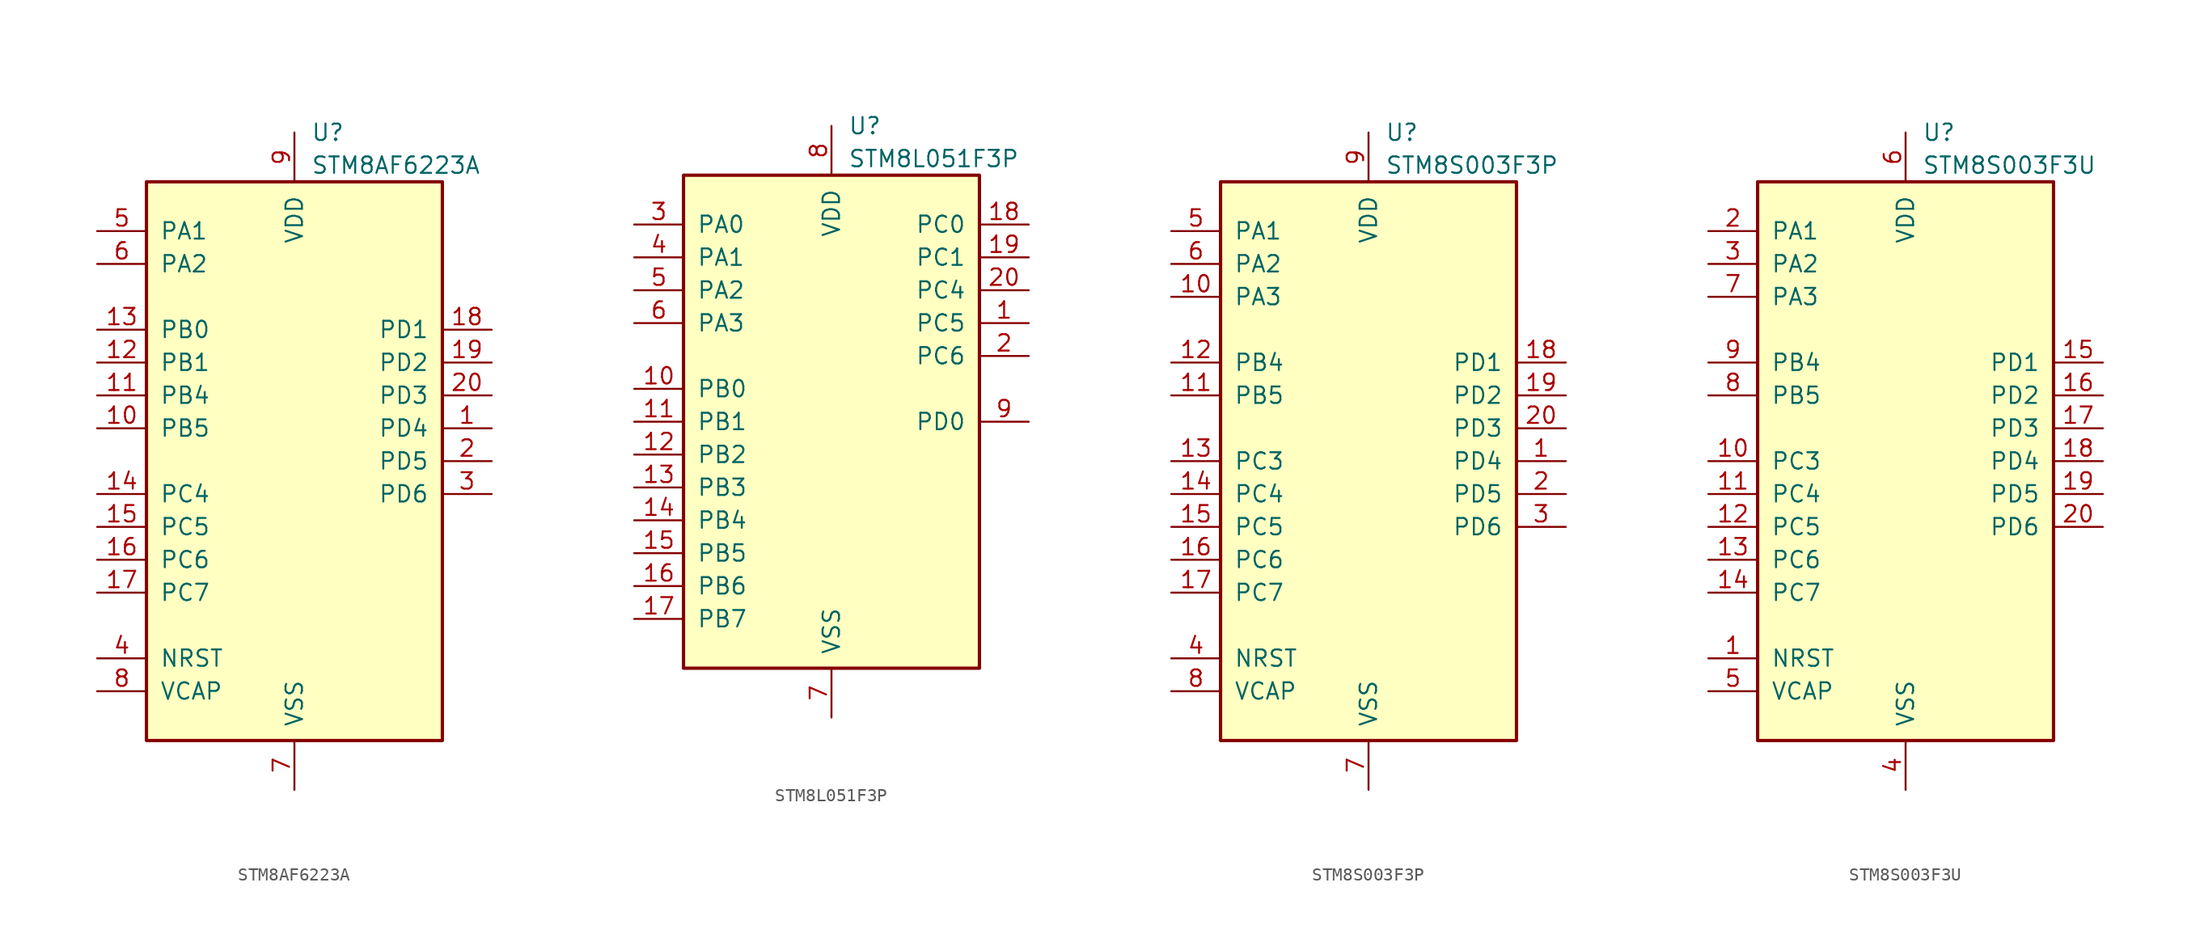
<source format=kicad_sym>
(kicad_symbol_lib
  (version 20201005)
  (generator kicad_symbol_editor)
  (symbol "STM8AF6223A"
    (pin_names
      (offset 1.016))
    (property "Reference" "U"
      (at 1.27 25.4 0)
      (effects (font (size 1.27 1.27)) (justify left)))
    (property "Value" "STM8AF6223A"
      (at 1.27 22.86 0)
      (effects (font (size 1.27 1.27)) (justify left)))
    (symbol "STM8AF6223A_0_1"
      (rectangle (start -11.43 21.59) (end 11.43 -21.59) (stroke (width 0.254)) (fill (type background))))
    (symbol "STM8AF6223A_1_1"
      (pin bidirectional line (at 15.24 2.54 180) (length 3.81) (name "PD4" (effects (font (size 1.27 1.27)))) (number "1" (effects (font (size 1.27 1.27)))))
      (pin bidirectional line (at 15.24 0 180) (length 3.81) (name "PD5" (effects (font (size 1.27 1.27)))) (number "2" (effects (font (size 1.27 1.27)))))
      (pin bidirectional line (at 15.24 -2.54 180) (length 3.81) (name "PD6" (effects (font (size 1.27 1.27)))) (number "3" (effects (font (size 1.27 1.27)))))
      (pin input line (at -15.24 -15.24 0) (length 3.81) (name "NRST" (effects (font (size 1.27 1.27)))) (number "4" (effects (font (size 1.27 1.27)))))
      (pin bidirectional line (at -15.24 17.78 0) (length 3.81) (name "PA1" (effects (font (size 1.27 1.27)))) (number "5" (effects (font (size 1.27 1.27)))))
      (pin bidirectional line (at -15.24 15.24 0) (length 3.81) (name "PA2" (effects (font (size 1.27 1.27)))) (number "6" (effects (font (size 1.27 1.27)))))
      (pin power_in line (at 0 -25.4 90) (length 3.81) (name "VSS" (effects (font (size 1.27 1.27)))) (number "7" (effects (font (size 1.27 1.27)))))
      (pin input line (at -15.24 -17.78 0) (length 3.81) (name "VCAP" (effects (font (size 1.27 1.27)))) (number "8" (effects (font (size 1.27 1.27)))))
      (pin power_in line (at 0 25.4 270) (length 3.81) (name "VDD" (effects (font (size 1.27 1.27)))) (number "9" (effects (font (size 1.27 1.27)))))
      (pin bidirectional line (at -15.24 2.54 0) (length 3.81) (name "PB5" (effects (font (size 1.27 1.27)))) (number "10" (effects (font (size 1.27 1.27)))))
      (pin bidirectional line (at 15.24 5.08 180) (length 3.81) (name "PD3" (effects (font (size 1.27 1.27)))) (number "20" (effects (font (size 1.27 1.27)))))
      (pin bidirectional line (at -15.24 5.08 0) (length 3.81) (name "PB4" (effects (font (size 1.27 1.27)))) (number "11" (effects (font (size 1.27 1.27)))))
      (pin bidirectional line (at -15.24 7.62 0) (length 3.81) (name "PB1" (effects (font (size 1.27 1.27)))) (number "12" (effects (font (size 1.27 1.27)))))
      (pin bidirectional line (at -15.24 10.16 0) (length 3.81) (name "PB0" (effects (font (size 1.27 1.27)))) (number "13" (effects (font (size 1.27 1.27)))))
      (pin bidirectional line (at -15.24 -2.54 0) (length 3.81) (name "PC4" (effects (font (size 1.27 1.27)))) (number "14" (effects (font (size 1.27 1.27)))))
      (pin bidirectional line (at -15.24 -5.08 0) (length 3.81) (name "PC5" (effects (font (size 1.27 1.27)))) (number "15" (effects (font (size 1.27 1.27)))))
      (pin bidirectional line (at -15.24 -7.62 0) (length 3.81) (name "PC6" (effects (font (size 1.27 1.27)))) (number "16" (effects (font (size 1.27 1.27)))))
      (pin bidirectional line (at -15.24 -10.16 0) (length 3.81) (name "PC7" (effects (font (size 1.27 1.27)))) (number "17" (effects (font (size 1.27 1.27)))))
      (pin bidirectional line (at 15.24 10.16 180) (length 3.81) (name "PD1" (effects (font (size 1.27 1.27)))) (number "18" (effects (font (size 1.27 1.27)))))
      (pin bidirectional line (at 15.24 7.62 180) (length 3.81) (name "PD2" (effects (font (size 1.27 1.27)))) (number "19" (effects (font (size 1.27 1.27)))))))
  (symbol "STM8L051F3P"
    (pin_names
      (offset 1.016))
    (property "Reference" "U"
      (at 1.27 22.86 0)
      (effects (font (size 1.27 1.27)) (justify left)))
    (property "Value" "STM8L051F3P"
      (at 1.27 20.32 0)
      (effects (font (size 1.27 1.27)) (justify left)))
    (symbol "STM8L051F3P_0_1"
      (rectangle (start -11.43 19.05) (end 11.43 -19.05) (stroke (width 0.254)) (fill (type background))))
    (symbol "STM8L051F3P_1_1"
      (pin bidirectional line (at 15.24 7.62 180) (length 3.81) (name "PC5" (effects (font (size 1.27 1.27)))) (number "1" (effects (font (size 1.27 1.27)))))
      (pin bidirectional line (at 15.24 5.08 180) (length 3.81) (name "PC6" (effects (font (size 1.27 1.27)))) (number "2" (effects (font (size 1.27 1.27)))))
      (pin power_in line (at -15.24 15.24 0) (length 3.81) (name "PA0" (effects (font (size 1.27 1.27)))) (number "3" (effects (font (size 1.27 1.27)))))
      (pin bidirectional line (at -15.24 12.7 0) (length 3.81) (name "PA1" (effects (font (size 1.27 1.27)))) (number "4" (effects (font (size 1.27 1.27)))))
      (pin bidirectional line (at -15.24 10.16 0) (length 3.81) (name "PA2" (effects (font (size 1.27 1.27)))) (number "5" (effects (font (size 1.27 1.27)))))
      (pin bidirectional line (at -15.24 7.62 0) (length 3.81) (name "PA3" (effects (font (size 1.27 1.27)))) (number "6" (effects (font (size 1.27 1.27)))))
      (pin power_in line (at 0 -22.86 90) (length 3.81) (name "VSS" (effects (font (size 1.27 1.27)))) (number "7" (effects (font (size 1.27 1.27)))))
      (pin power_in line (at 0 22.86 270) (length 3.81) (name "VDD" (effects (font (size 1.27 1.27)))) (number "8" (effects (font (size 1.27 1.27)))))
      (pin bidirectional line (at 15.24 0 180) (length 3.81) (name "PD0" (effects (font (size 1.27 1.27)))) (number "9" (effects (font (size 1.27 1.27)))))
      (pin bidirectional line (at -15.24 2.54 0) (length 3.81) (name "PB0" (effects (font (size 1.27 1.27)))) (number "10" (effects (font (size 1.27 1.27)))))
      (pin bidirectional line (at 15.24 10.16 180) (length 3.81) (name "PC4" (effects (font (size 1.27 1.27)))) (number "20" (effects (font (size 1.27 1.27)))))
      (pin bidirectional line (at -15.24 0 0) (length 3.81) (name "PB1" (effects (font (size 1.27 1.27)))) (number "11" (effects (font (size 1.27 1.27)))))
      (pin bidirectional line (at -15.24 -2.54 0) (length 3.81) (name "PB2" (effects (font (size 1.27 1.27)))) (number "12" (effects (font (size 1.27 1.27)))))
      (pin bidirectional line (at -15.24 -5.08 0) (length 3.81) (name "PB3" (effects (font (size 1.27 1.27)))) (number "13" (effects (font (size 1.27 1.27)))))
      (pin bidirectional line (at -15.24 -7.62 0) (length 3.81) (name "PB4" (effects (font (size 1.27 1.27)))) (number "14" (effects (font (size 1.27 1.27)))))
      (pin bidirectional line (at -15.24 -10.16 0) (length 3.81) (name "PB5" (effects (font (size 1.27 1.27)))) (number "15" (effects (font (size 1.27 1.27)))))
      (pin bidirectional line (at -15.24 -12.7 0) (length 3.81) (name "PB6" (effects (font (size 1.27 1.27)))) (number "16" (effects (font (size 1.27 1.27)))))
      (pin bidirectional line (at -15.24 -15.24 0) (length 3.81) (name "PB7" (effects (font (size 1.27 1.27)))) (number "17" (effects (font (size 1.27 1.27)))))
      (pin bidirectional line (at 15.24 15.24 180) (length 3.81) (name "PC0" (effects (font (size 1.27 1.27)))) (number "18" (effects (font (size 1.27 1.27)))))
      (pin bidirectional line (at 15.24 12.7 180) (length 3.81) (name "PC1" (effects (font (size 1.27 1.27)))) (number "19" (effects (font (size 1.27 1.27)))))))
  (symbol "STM8S003F3P"
    (pin_names
      (offset 1.016))
    (property "Reference" "U"
      (at 1.27 25.4 0)
      (effects (font (size 1.27 1.27)) (justify left)))
    (property "Value" "STM8S003F3P"
      (at 1.27 22.86 0)
      (effects (font (size 1.27 1.27)) (justify left)))
    (symbol "STM8S003F3P_0_1"
      (rectangle (start -11.43 21.59) (end 11.43 -21.59) (stroke (width 0.254)) (fill (type background))))
    (symbol "STM8S003F3P_1_1"
      (pin bidirectional line (at 15.24 0 180) (length 3.81) (name "PD4" (effects (font (size 1.27 1.27)))) (number "1" (effects (font (size 1.27 1.27)))))
      (pin bidirectional line (at 15.24 -2.54 180) (length 3.81) (name "PD5" (effects (font (size 1.27 1.27)))) (number "2" (effects (font (size 1.27 1.27)))))
      (pin bidirectional line (at 15.24 -5.08 180) (length 3.81) (name "PD6" (effects (font (size 1.27 1.27)))) (number "3" (effects (font (size 1.27 1.27)))))
      (pin input line (at -15.24 -15.24 0) (length 3.81) (name "NRST" (effects (font (size 1.27 1.27)))) (number "4" (effects (font (size 1.27 1.27)))))
      (pin bidirectional line (at -15.24 17.78 0) (length 3.81) (name "PA1" (effects (font (size 1.27 1.27)))) (number "5" (effects (font (size 1.27 1.27)))))
      (pin bidirectional line (at -15.24 15.24 0) (length 3.81) (name "PA2" (effects (font (size 1.27 1.27)))) (number "6" (effects (font (size 1.27 1.27)))))
      (pin power_in line (at 0 -25.4 90) (length 3.81) (name "VSS" (effects (font (size 1.27 1.27)))) (number "7" (effects (font (size 1.27 1.27)))))
      (pin passive line (at -15.24 -17.78 0) (length 3.81) (name "VCAP" (effects (font (size 1.27 1.27)))) (number "8" (effects (font (size 1.27 1.27)))))
      (pin power_in line (at 0 25.4 270) (length 3.81) (name "VDD" (effects (font (size 1.27 1.27)))) (number "9" (effects (font (size 1.27 1.27)))))
      (pin bidirectional line (at -15.24 12.7 0) (length 3.81) (name "PA3" (effects (font (size 1.27 1.27)))) (number "10" (effects (font (size 1.27 1.27)))))
      (pin bidirectional line (at 15.24 2.54 180) (length 3.81) (name "PD3" (effects (font (size 1.27 1.27)))) (number "20" (effects (font (size 1.27 1.27)))))
      (pin bidirectional line (at -15.24 5.08 0) (length 3.81) (name "PB5" (effects (font (size 1.27 1.27)))) (number "11" (effects (font (size 1.27 1.27)))))
      (pin bidirectional line (at -15.24 7.62 0) (length 3.81) (name "PB4" (effects (font (size 1.27 1.27)))) (number "12" (effects (font (size 1.27 1.27)))))
      (pin bidirectional line (at -15.24 0 0) (length 3.81) (name "PC3" (effects (font (size 1.27 1.27)))) (number "13" (effects (font (size 1.27 1.27)))))
      (pin bidirectional line (at -15.24 -2.54 0) (length 3.81) (name "PC4" (effects (font (size 1.27 1.27)))) (number "14" (effects (font (size 1.27 1.27)))))
      (pin bidirectional line (at -15.24 -5.08 0) (length 3.81) (name "PC5" (effects (font (size 1.27 1.27)))) (number "15" (effects (font (size 1.27 1.27)))))
      (pin bidirectional line (at -15.24 -7.62 0) (length 3.81) (name "PC6" (effects (font (size 1.27 1.27)))) (number "16" (effects (font (size 1.27 1.27)))))
      (pin bidirectional line (at -15.24 -10.16 0) (length 3.81) (name "PC7" (effects (font (size 1.27 1.27)))) (number "17" (effects (font (size 1.27 1.27)))))
      (pin bidirectional line (at 15.24 7.62 180) (length 3.81) (name "PD1" (effects (font (size 1.27 1.27)))) (number "18" (effects (font (size 1.27 1.27)))))
      (pin bidirectional line (at 15.24 5.08 180) (length 3.81) (name "PD2" (effects (font (size 1.27 1.27)))) (number "19" (effects (font (size 1.27 1.27)))))))
  (symbol "STM8S003F3U"
    (pin_names
      (offset 1.016))
    (property "Reference" "U"
      (at 1.27 25.4 0)
      (effects (font (size 1.27 1.27)) (justify left)))
    (property "Value" "STM8S003F3U"
      (at 1.27 22.86 0)
      (effects (font (size 1.27 1.27)) (justify left)))
    (symbol "STM8S003F3U_0_1"
      (rectangle (start -11.43 21.59) (end 11.43 -21.59) (stroke (width 0.254)) (fill (type background))))
    (symbol "STM8S003F3U_1_1"
      (pin input line (at -15.24 -15.24 0) (length 3.81) (name "NRST" (effects (font (size 1.27 1.27)))) (number "1" (effects (font (size 1.27 1.27)))))
      (pin bidirectional line (at -15.24 17.78 0) (length 3.81) (name "PA1" (effects (font (size 1.27 1.27)))) (number "2" (effects (font (size 1.27 1.27)))))
      (pin bidirectional line (at -15.24 15.24 0) (length 3.81) (name "PA2" (effects (font (size 1.27 1.27)))) (number "3" (effects (font (size 1.27 1.27)))))
      (pin power_in line (at 0 -25.4 90) (length 3.81) (name "VSS" (effects (font (size 1.27 1.27)))) (number "4" (effects (font (size 1.27 1.27)))))
      (pin passive line (at -15.24 -17.78 0) (length 3.81) (name "VCAP" (effects (font (size 1.27 1.27)))) (number "5" (effects (font (size 1.27 1.27)))))
      (pin power_in line (at 0 25.4 270) (length 3.81) (name "VDD" (effects (font (size 1.27 1.27)))) (number "6" (effects (font (size 1.27 1.27)))))
      (pin bidirectional line (at -15.24 12.7 0) (length 3.81) (name "PA3" (effects (font (size 1.27 1.27)))) (number "7" (effects (font (size 1.27 1.27)))))
      (pin bidirectional line (at -15.24 5.08 0) (length 3.81) (name "PB5" (effects (font (size 1.27 1.27)))) (number "8" (effects (font (size 1.27 1.27)))))
      (pin bidirectional line (at -15.24 7.62 0) (length 3.81) (name "PB4" (effects (font (size 1.27 1.27)))) (number "9" (effects (font (size 1.27 1.27)))))
      (pin bidirectional line (at -15.24 0 0) (length 3.81) (name "PC3" (effects (font (size 1.27 1.27)))) (number "10" (effects (font (size 1.27 1.27)))))
      (pin bidirectional line (at -15.24 -2.54 0) (length 3.81) (name "PC4" (effects (font (size 1.27 1.27)))) (number "11" (effects (font (size 1.27 1.27)))))
      (pin bidirectional line (at -15.24 -5.08 0) (length 3.81) (name "PC5" (effects (font (size 1.27 1.27)))) (number "12" (effects (font (size 1.27 1.27)))))
      (pin bidirectional line (at -15.24 -7.62 0) (length 3.81) (name "PC6" (effects (font (size 1.27 1.27)))) (number "13" (effects (font (size 1.27 1.27)))))
      (pin bidirectional line (at -15.24 -10.16 0) (length 3.81) (name "PC7" (effects (font (size 1.27 1.27)))) (number "14" (effects (font (size 1.27 1.27)))))
      (pin bidirectional line (at 15.24 7.62 180) (length 3.81) (name "PD1" (effects (font (size 1.27 1.27)))) (number "15" (effects (font (size 1.27 1.27)))))
      (pin bidirectional line (at 15.24 5.08 180) (length 3.81) (name "PD2" (effects (font (size 1.27 1.27)))) (number "16" (effects (font (size 1.27 1.27)))))
      (pin bidirectional line (at 15.24 2.54 180) (length 3.81) (name "PD3" (effects (font (size 1.27 1.27)))) (number "17" (effects (font (size 1.27 1.27)))))
      (pin bidirectional line (at 15.24 0 180) (length 3.81) (name "PD4" (effects (font (size 1.27 1.27)))) (number "18" (effects (font (size 1.27 1.27)))))
      (pin bidirectional line (at 15.24 -2.54 180) (length 3.81) (name "PD5" (effects (font (size 1.27 1.27)))) (number "19" (effects (font (size 1.27 1.27)))))
      (pin bidirectional line (at 15.24 -5.08 180) (length 3.81) (name "PD6" (effects (font (size 1.27 1.27)))) (number "20" (effects (font (size 1.27 1.27))))))))
</source>
